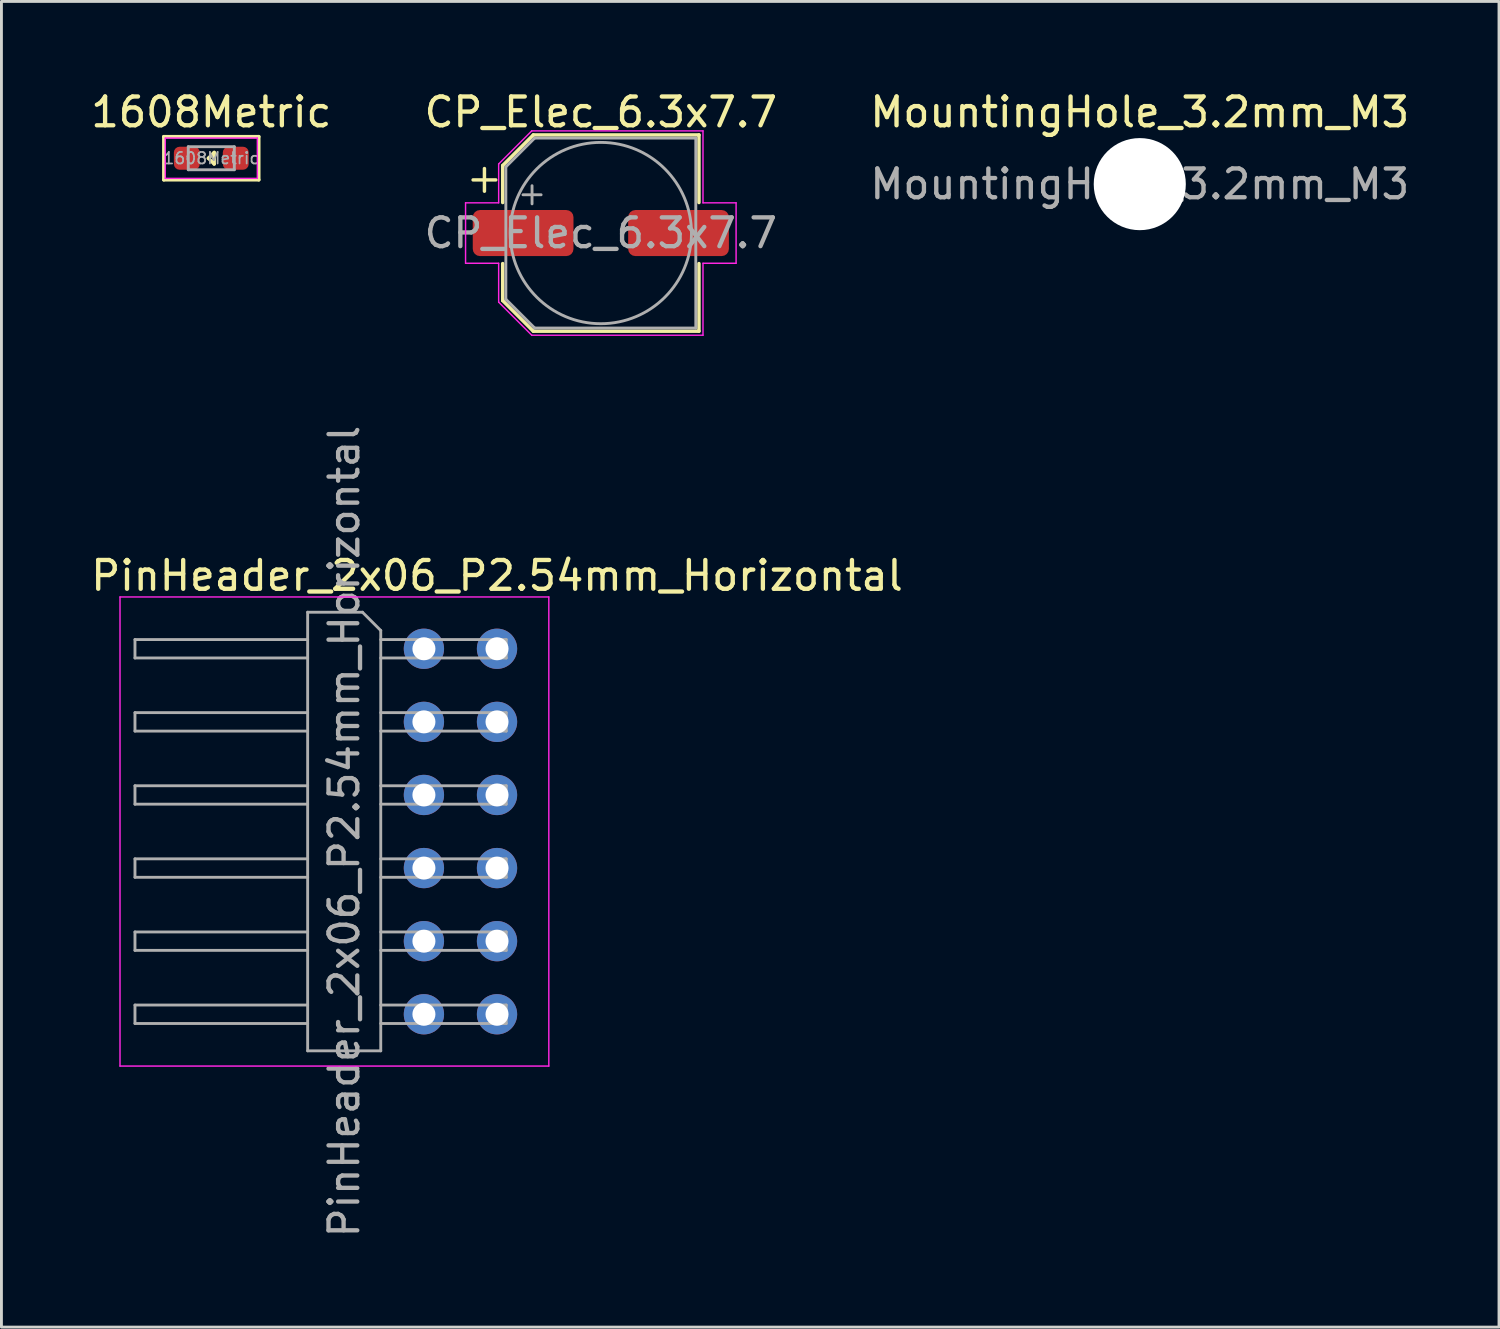
<source format=kicad_pcb>
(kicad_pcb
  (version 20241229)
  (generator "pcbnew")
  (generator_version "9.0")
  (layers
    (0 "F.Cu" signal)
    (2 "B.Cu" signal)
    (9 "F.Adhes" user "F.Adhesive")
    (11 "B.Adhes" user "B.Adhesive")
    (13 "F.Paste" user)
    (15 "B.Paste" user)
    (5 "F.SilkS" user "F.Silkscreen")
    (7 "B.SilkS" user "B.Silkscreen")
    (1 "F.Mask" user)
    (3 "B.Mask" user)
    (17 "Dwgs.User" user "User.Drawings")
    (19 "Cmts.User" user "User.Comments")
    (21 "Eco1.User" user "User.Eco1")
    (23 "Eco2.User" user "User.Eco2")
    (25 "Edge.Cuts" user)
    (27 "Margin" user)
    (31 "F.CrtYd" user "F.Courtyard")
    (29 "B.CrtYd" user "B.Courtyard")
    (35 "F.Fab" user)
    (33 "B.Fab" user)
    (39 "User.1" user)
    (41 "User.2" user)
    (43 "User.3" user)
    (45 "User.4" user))
  (footprint "CP_Elec_6.3x7.7"
    (layer "F.Cu")
    (at 17.827 5.048)
    (property "Reference" "CP_Elec_6.3x7.7" (at 0 -4.2 0) (layer "F.SilkS") (effects (font (size 1 1) (thickness 0.15))))
    (attr smd)
    (fp_line (start -4.438 -1.847) (end -3.65 -1.847) (stroke (width 0.12) (type solid)) (layer "F.SilkS"))
    (fp_line (start -4.044 -2.241) (end -4.044 -1.454) (stroke (width 0.12) (type solid)) (layer "F.SilkS"))
    (fp_line (start -3.41 -2.346) (end -3.41 -1.06) (stroke (width 0.12) (type solid)) (layer "F.SilkS"))
    (fp_line (start -3.41 -2.346) (end -2.346 -3.41) (stroke (width 0.12) (type solid)) (layer "F.SilkS"))
    (fp_line (start -3.41 2.346) (end -3.41 1.06) (stroke (width 0.12) (type solid)) (layer "F.SilkS"))
    (fp_line (start -3.41 2.346) (end -2.346 3.41) (stroke (width 0.12) (type solid)) (layer "F.SilkS"))
    (fp_line (start -2.346 -3.41) (end 3.41 -3.41) (stroke (width 0.12) (type solid)) (layer "F.SilkS"))
    (fp_line (start -2.346 3.41) (end 3.41 3.41) (stroke (width 0.12) (type solid)) (layer "F.SilkS"))
    (fp_line (start 3.41 -3.41) (end 3.41 -1.06) (stroke (width 0.12) (type solid)) (layer "F.SilkS"))
    (fp_line (start 3.41 3.41) (end 3.41 1.06) (stroke (width 0.12) (type solid)) (layer "F.SilkS"))
    (fp_line (start -4.7 -1.05) (end -4.7 1.05) (stroke (width 0.05) (type solid)) (layer "F.CrtYd"))
    (fp_line (start -4.7 1.05) (end -3.55 1.05) (stroke (width 0.05) (type solid)) (layer "F.CrtYd"))
    (fp_line (start -3.55 -2.4) (end -3.55 -1.05) (stroke (width 0.05) (type solid)) (layer "F.CrtYd"))
    (fp_line (start -3.55 -2.4) (end -2.4 -3.55) (stroke (width 0.05) (type solid)) (layer "F.CrtYd"))
    (fp_line (start -3.55 -1.05) (end -4.7 -1.05) (stroke (width 0.05) (type solid)) (layer "F.CrtYd"))
    (fp_line (start -3.55 1.05) (end -3.55 2.4) (stroke (width 0.05) (type solid)) (layer "F.CrtYd"))
    (fp_line (start -3.55 2.4) (end -2.4 3.55) (stroke (width 0.05) (type solid)) (layer "F.CrtYd"))
    (fp_line (start -2.4 -3.55) (end 3.55 -3.55) (stroke (width 0.05) (type solid)) (layer "F.CrtYd"))
    (fp_line (start -2.4 3.55) (end 3.55 3.55) (stroke (width 0.05) (type solid)) (layer "F.CrtYd"))
    (fp_line (start 3.55 -3.55) (end 3.55 -1.05) (stroke (width 0.05) (type solid)) (layer "F.CrtYd"))
    (fp_line (start 3.55 -1.05) (end 4.7 -1.05) (stroke (width 0.05) (type solid)) (layer "F.CrtYd"))
    (fp_line (start 3.55 1.05) (end 3.55 3.55) (stroke (width 0.05) (type solid)) (layer "F.CrtYd"))
    (fp_line (start 4.7 -1.05) (end 4.7 1.05) (stroke (width 0.05) (type solid)) (layer "F.CrtYd"))
    (fp_line (start 4.7 1.05) (end 3.55 1.05) (stroke (width 0.05) (type solid)) (layer "F.CrtYd"))
    (fp_line (start -3.3 -2.3) (end -3.3 2.3) (stroke (width 0.1) (type solid)) (layer "F.Fab"))
    (fp_line (start -3.3 -2.3) (end -2.3 -3.3) (stroke (width 0.1) (type solid)) (layer "F.Fab"))
    (fp_line (start -3.3 2.3) (end -2.3 3.3) (stroke (width 0.1) (type solid)) (layer "F.Fab"))
    (fp_line (start -2.705 -1.33) (end -2.075 -1.33) (stroke (width 0.1) (type solid)) (layer "F.Fab"))
    (fp_line (start -2.39 -1.645) (end -2.39 -1.015) (stroke (width 0.1) (type solid)) (layer "F.Fab"))
    (fp_line (start -2.3 -3.3) (end 3.3 -3.3) (stroke (width 0.1) (type solid)) (layer "F.Fab"))
    (fp_line (start -2.3 3.3) (end 3.3 3.3) (stroke (width 0.1) (type solid)) (layer "F.Fab"))
    (fp_line (start 3.3 -3.3) (end 3.3 3.3) (stroke (width 0.1) (type solid)) (layer "F.Fab"))
    (fp_circle (center 0 0) (end 3.15 0) (stroke (width 0.1) (type solid)) (fill no) (layer "F.Fab"))
    (fp_text user "${REFERENCE}" (at 0 0 0) (layer "F.Fab") (effects (font (size 1 1) (thickness 0.15))))
    (pad "1" smd roundrect (at -2.7 0) (size 3.5 1.6) (layers "F.Cu" "F.Mask" "F.Paste") (roundrect_rratio 0.156))
    (pad "2" smd roundrect (at 2.7 0) (size 3.5 1.6) (layers "F.Cu" "F.Mask" "F.Paste") (roundrect_rratio 0.156)))
  (footprint "PinHeader_2x06_P2.54mm_Horizontal"
    (layer "F.Cu")
    (at 14.22 19.493)
    (property "Reference" "PinHeader_2x06_P2.54mm_Horizontal" (at 0 -2.54 0) (layer "F.SilkS") (effects (font (size 1 1) (thickness 0.15))))
    (attr through_hole)
    (fp_line (start -13.1 -1.8) (end 1.8 -1.8) (stroke (width 0.05) (type solid)) (layer "F.CrtYd"))
    (fp_line (start -13.1 14.5) (end -13.1 -1.8) (stroke (width 0.05) (type solid)) (layer "F.CrtYd"))
    (fp_line (start 1.8 -1.8) (end 1.8 14.5) (stroke (width 0.05) (type solid)) (layer "F.CrtYd"))
    (fp_line (start 1.8 14.5) (end -13.1 14.5) (stroke (width 0.05) (type solid)) (layer "F.CrtYd"))
    (fp_line (start -12.58 -0.32) (end -12.58 0.32) (stroke (width 0.1) (type solid)) (layer "F.Fab"))
    (fp_line (start -12.58 2.22) (end -12.58 2.86) (stroke (width 0.1) (type solid)) (layer "F.Fab"))
    (fp_line (start -12.58 4.76) (end -12.58 5.4) (stroke (width 0.1) (type solid)) (layer "F.Fab"))
    (fp_line (start -12.58 7.3) (end -12.58 7.94) (stroke (width 0.1) (type solid)) (layer "F.Fab"))
    (fp_line (start -12.58 9.84) (end -12.58 10.48) (stroke (width 0.1) (type solid)) (layer "F.Fab"))
    (fp_line (start -12.58 12.38) (end -12.58 13.02) (stroke (width 0.1) (type solid)) (layer "F.Fab"))
    (fp_line (start -6.58 -1.27) (end -6.58 13.97) (stroke (width 0.1) (type solid)) (layer "F.Fab"))
    (fp_line (start -6.58 -0.32) (end -12.58 -0.32) (stroke (width 0.1) (type solid)) (layer "F.Fab"))
    (fp_line (start -6.58 0.32) (end -12.58 0.32) (stroke (width 0.1) (type solid)) (layer "F.Fab"))
    (fp_line (start -6.58 2.22) (end -12.58 2.22) (stroke (width 0.1) (type solid)) (layer "F.Fab"))
    (fp_line (start -6.58 2.86) (end -12.58 2.86) (stroke (width 0.1) (type solid)) (layer "F.Fab"))
    (fp_line (start -6.58 4.76) (end -12.58 4.76) (stroke (width 0.1) (type solid)) (layer "F.Fab"))
    (fp_line (start -6.58 5.4) (end -12.58 5.4) (stroke (width 0.1) (type solid)) (layer "F.Fab"))
    (fp_line (start -6.58 7.3) (end -12.58 7.3) (stroke (width 0.1) (type solid)) (layer "F.Fab"))
    (fp_line (start -6.58 7.94) (end -12.58 7.94) (stroke (width 0.1) (type solid)) (layer "F.Fab"))
    (fp_line (start -6.58 9.84) (end -12.58 9.84) (stroke (width 0.1) (type solid)) (layer "F.Fab"))
    (fp_line (start -6.58 10.48) (end -12.58 10.48) (stroke (width 0.1) (type solid)) (layer "F.Fab"))
    (fp_line (start -6.58 12.38) (end -12.58 12.38) (stroke (width 0.1) (type solid)) (layer "F.Fab"))
    (fp_line (start -6.58 13.02) (end -12.58 13.02) (stroke (width 0.1) (type solid)) (layer "F.Fab"))
    (fp_line (start -6.58 13.97) (end -4.04 13.97) (stroke (width 0.1) (type solid)) (layer "F.Fab"))
    (fp_line (start -4.675 -1.27) (end -6.58 -1.27) (stroke (width 0.1) (type solid)) (layer "F.Fab"))
    (fp_line (start -4.04 -0.635) (end -4.675 -1.27) (stroke (width 0.1) (type solid)) (layer "F.Fab"))
    (fp_line (start -4.04 13.97) (end -4.04 -0.635) (stroke (width 0.1) (type solid)) (layer "F.Fab"))
    (fp_line (start 0.32 -0.32) (end -4.04 -0.32) (stroke (width 0.1) (type solid)) (layer "F.Fab"))
    (fp_line (start 0.32 -0.32) (end 0.32 0.32) (stroke (width 0.1) (type solid)) (layer "F.Fab"))
    (fp_line (start 0.32 0.32) (end -4.04 0.32) (stroke (width 0.1) (type solid)) (layer "F.Fab"))
    (fp_line (start 0.32 2.22) (end -4.04 2.22) (stroke (width 0.1) (type solid)) (layer "F.Fab"))
    (fp_line (start 0.32 2.22) (end 0.32 2.86) (stroke (width 0.1) (type solid)) (layer "F.Fab"))
    (fp_line (start 0.32 2.86) (end -4.04 2.86) (stroke (width 0.1) (type solid)) (layer "F.Fab"))
    (fp_line (start 0.32 4.76) (end -4.04 4.76) (stroke (width 0.1) (type solid)) (layer "F.Fab"))
    (fp_line (start 0.32 4.76) (end 0.32 5.4) (stroke (width 0.1) (type solid)) (layer "F.Fab"))
    (fp_line (start 0.32 5.4) (end -4.04 5.4) (stroke (width 0.1) (type solid)) (layer "F.Fab"))
    (fp_line (start 0.32 7.3) (end -4.04 7.3) (stroke (width 0.1) (type solid)) (layer "F.Fab"))
    (fp_line (start 0.32 7.3) (end 0.32 7.94) (stroke (width 0.1) (type solid)) (layer "F.Fab"))
    (fp_line (start 0.32 7.94) (end -4.04 7.94) (stroke (width 0.1) (type solid)) (layer "F.Fab"))
    (fp_line (start 0.32 9.84) (end -4.04 9.84) (stroke (width 0.1) (type solid)) (layer "F.Fab"))
    (fp_line (start 0.32 9.84) (end 0.32 10.48) (stroke (width 0.1) (type solid)) (layer "F.Fab"))
    (fp_line (start 0.32 10.48) (end -4.04 10.48) (stroke (width 0.1) (type solid)) (layer "F.Fab"))
    (fp_line (start 0.32 12.38) (end -4.04 12.38) (stroke (width 0.1) (type solid)) (layer "F.Fab"))
    (fp_line (start 0.32 12.38) (end 0.32 13.02) (stroke (width 0.1) (type solid)) (layer "F.Fab"))
    (fp_line (start 0.32 13.02) (end -4.04 13.02) (stroke (width 0.1) (type solid)) (layer "F.Fab"))
    (fp_text user "${REFERENCE}" (at -5.31 6.35 90) (layer "F.Fab") (effects (font (size 1 1) (thickness 0.15))))
    (pad "1" thru_hole circle (at 0 0) (size 1.4 1.4) (drill 0.8) (layers "*.Cu" "*.Mask"))
    (pad "2" thru_hole circle (at -2.54 0) (size 1.4 1.4) (drill 0.8) (layers "*.Cu" "*.Mask"))
    (pad "3" thru_hole circle (at 0 2.54) (size 1.4 1.4) (drill 0.8) (layers "*.Cu" "*.Mask"))
    (pad "4" thru_hole circle (at -2.54 2.54) (size 1.4 1.4) (drill 0.8) (layers "*.Cu" "*.Mask"))
    (pad "5" thru_hole circle (at 0 5.08) (size 1.4 1.4) (drill 0.8) (layers "*.Cu" "*.Mask"))
    (pad "6" thru_hole circle (at -2.54 5.08) (size 1.4 1.4) (drill 0.8) (layers "*.Cu" "*.Mask"))
    (pad "7" thru_hole circle (at 0 7.62) (size 1.4 1.4) (drill 0.8) (layers "*.Cu" "*.Mask"))
    (pad "8" thru_hole circle (at -2.54 7.62) (size 1.4 1.4) (drill 0.8) (layers "*.Cu" "*.Mask"))
    (pad "9" thru_hole circle (at 0 10.16) (size 1.4 1.4) (drill 0.8) (layers "*.Cu" "*.Mask"))
    (pad "10" thru_hole circle (at -2.54 10.16) (size 1.4 1.4) (drill 0.8) (layers "*.Cu" "*.Mask"))
    (pad "11" thru_hole circle (at 0 12.7) (size 1.4 1.4) (drill 0.8) (layers "*.Cu" "*.Mask"))
    (pad "12" thru_hole circle (at -2.54 12.7) (size 1.4 1.4) (drill 0.8) (layers "*.Cu" "*.Mask")))
  (footprint "MountingHole_3.2mm_M3"
    (layer "F.Cu")
    (at 36.554 3.348)
    (property "Reference" "MountingHole_3.2mm_M3" (at 0 -2.5 0) (layer "F.SilkS") (effects (font (size 1 1) (thickness 0.15))))
    (attr exclude_from_pos_files exclude_from_bom)
    (fp_text user "${REFERENCE}" (at 0 0 0) (layer "F.Fab") (effects (font (size 1 1) (thickness 0.15))))
    (pad "" np_thru_hole circle (at 0 0) (size 3.2 3.2) (drill 3.2) (layers "*.Cu" "*.Mask")))
  (footprint "1608Metric"
    (layer "F.Cu")
    (at 4.292 2.448)
    (property "Reference" "1608Metric" (at 0 -1.6 0) (layer "F.SilkS") (effects (font (size 1 1) (thickness 0.15))))
    (attr smd)
    (fp_line (start -1.65 -0.75) (end -1.65 0.75) (stroke (width 0.12) (type solid)) (layer "F.SilkS"))
    (fp_line (start -1.65 -0.75) (end 1.65 -0.75) (stroke (width 0.12) (type solid)) (layer "F.SilkS"))
    (fp_line (start -1.65 0.75) (end 1.65 0.75) (stroke (width 0.12) (type solid)) (layer "F.SilkS"))
    (fp_line (start -0.1 0) (end 0.1 -0.2) (stroke (width 0.12) (type solid)) (layer "F.SilkS"))
    (fp_line (start 0.1 -0.2) (end 0.1 0.2) (stroke (width 0.12) (type solid)) (layer "F.SilkS"))
    (fp_line (start 0.1 0.2) (end -0.1 0) (stroke (width 0.12) (type solid)) (layer "F.SilkS"))
    (fp_line (start 1.65 -0.75) (end 1.65 0.75) (stroke (width 0.12) (type solid)) (layer "F.SilkS"))
    (fp_line (start -1.6 -0.7) (end 1.6 -0.7) (stroke (width 0.05) (type solid)) (layer "F.CrtYd"))
    (fp_line (start -1.6 0.7) (end -1.6 -0.7) (stroke (width 0.05) (type solid)) (layer "F.CrtYd"))
    (fp_line (start 1.6 -0.7) (end 1.6 0.7) (stroke (width 0.05) (type solid)) (layer "F.CrtYd"))
    (fp_line (start 1.6 0.7) (end -1.6 0.7) (stroke (width 0.05) (type solid)) (layer "F.CrtYd"))
    (fp_line (start -0.8 -0.4) (end 0.8 -0.4) (stroke (width 0.1) (type solid)) (layer "F.Fab"))
    (fp_line (start -0.8 0.4) (end -0.8 -0.4) (stroke (width 0.1) (type solid)) (layer "F.Fab"))
    (fp_line (start 0.8 -0.4) (end 0.8 0.4) (stroke (width 0.1) (type solid)) (layer "F.Fab"))
    (fp_line (start 0.8 0.4) (end -0.8 0.4) (stroke (width 0.1) (type solid)) (layer "F.Fab"))
    (fp_text user "${REFERENCE}" (at 0 0 0) (layer "F.Fab") (effects (font (size 0.4 0.4) (thickness 0.06))))
    (pad "1" smd roundrect (at -0.85 0) (size 0.9 0.8) (layers "F.Cu" "F.Mask" "F.Paste") (roundrect_rratio 0.25))
    (pad "2" smd roundrect (at 0.85 0) (size 0.9 0.8) (layers "F.Cu" "F.Mask" "F.Paste") (roundrect_rratio 0.25)))
  (gr_rect
    (start -3 -3)
    (end 49.036 43.064)
    (stroke (width 0.1) (type default))
    (fill no)
    (layer "Edge.Cuts")))
</source>
